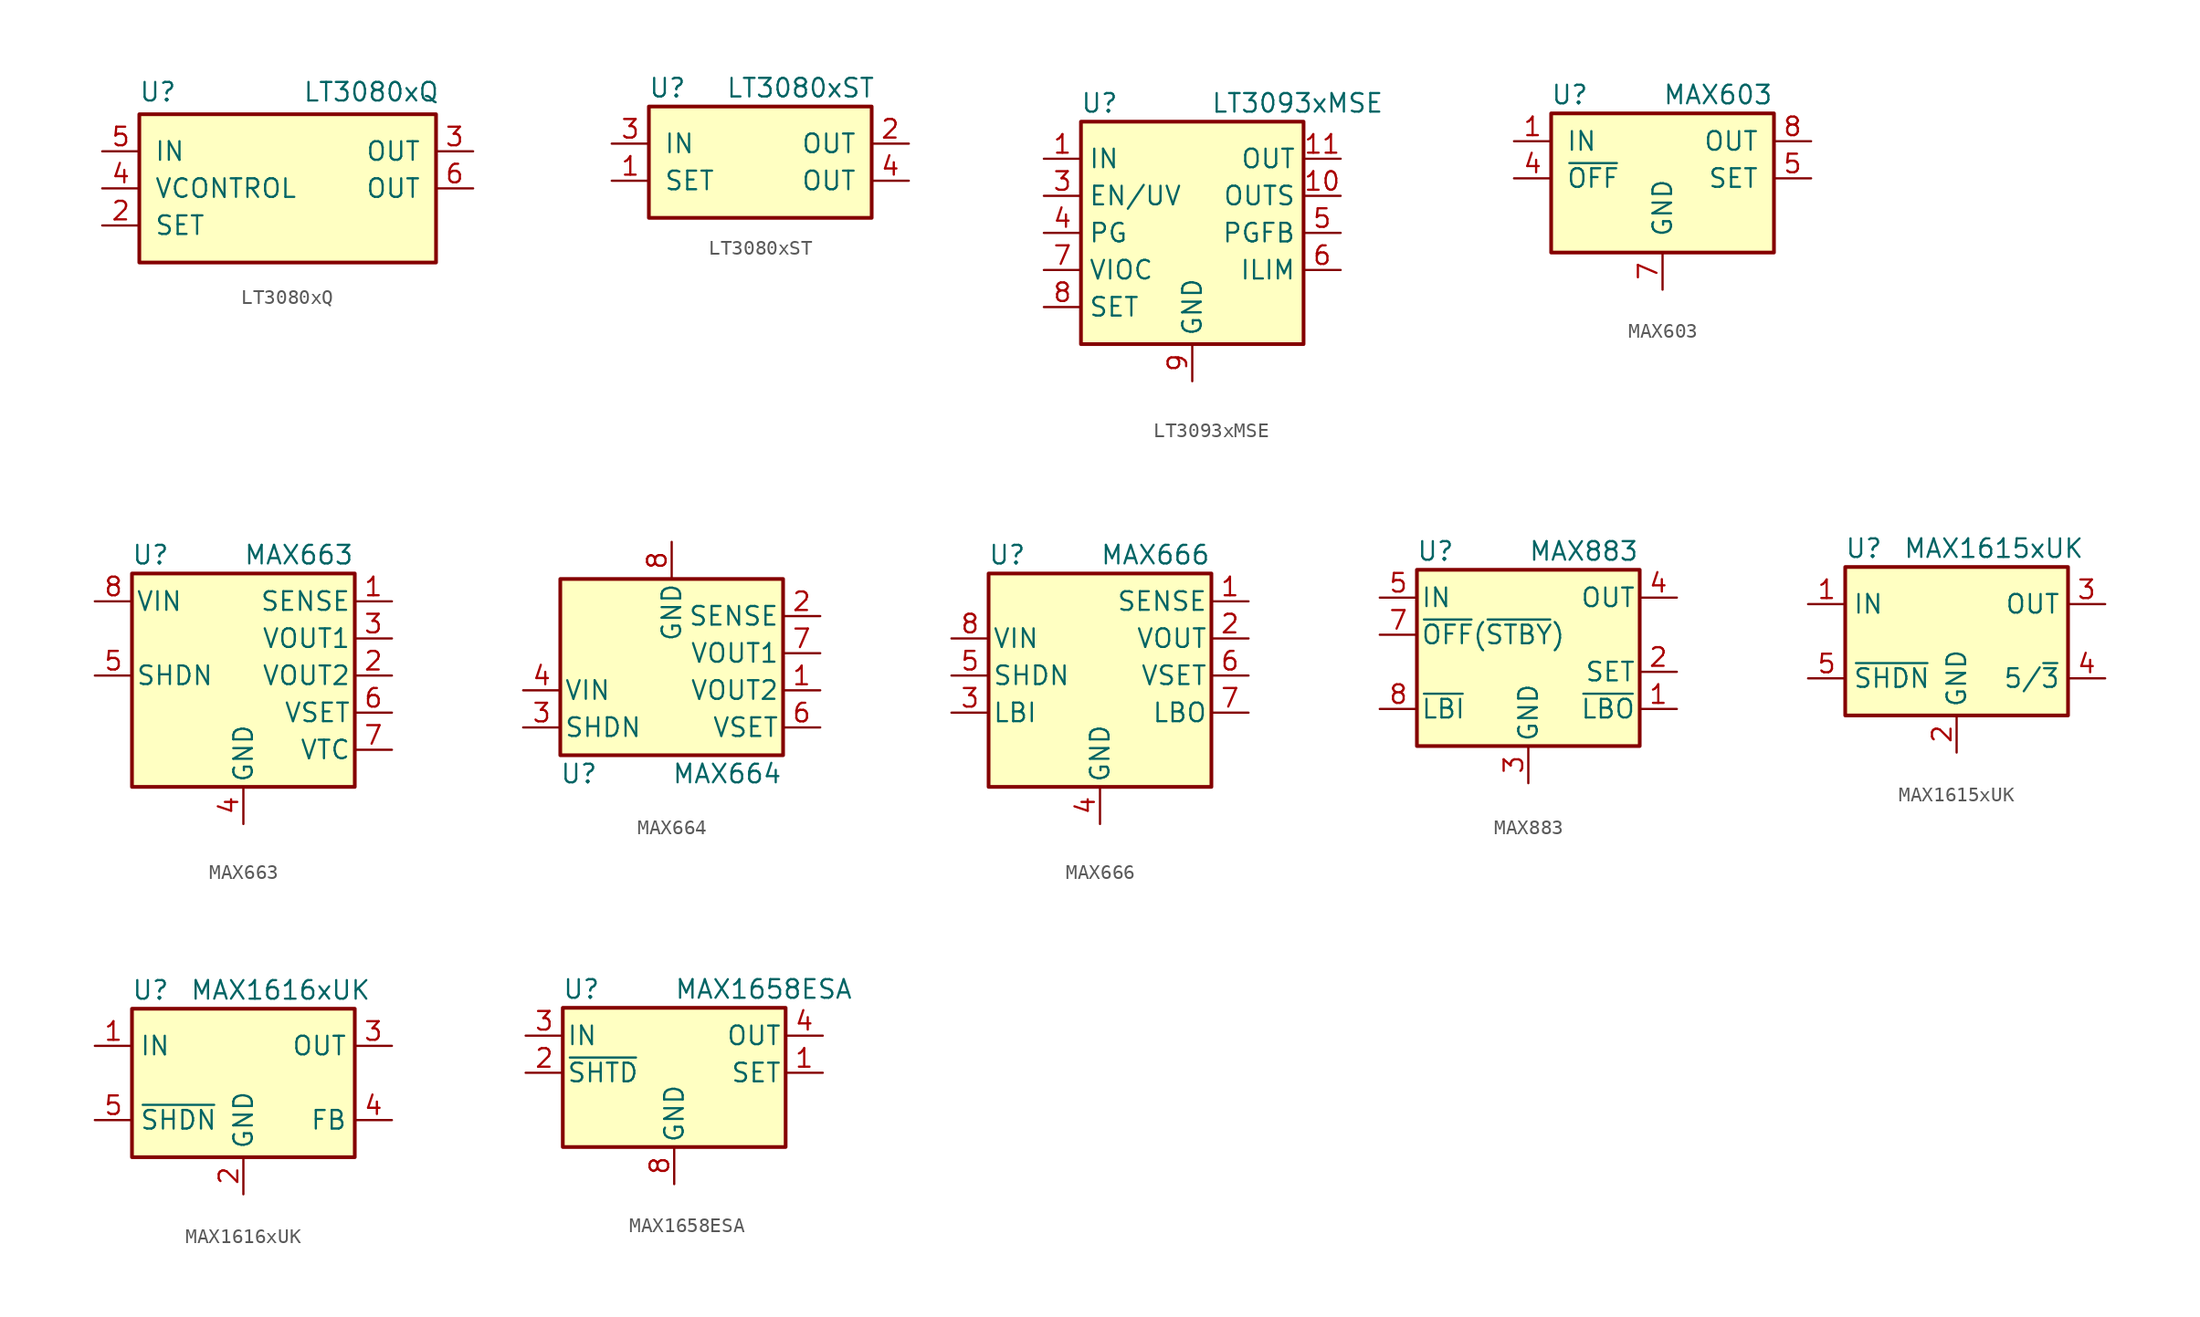
<source format=kicad_sym>
(kicad_symbol_lib
  (version 20211014)
  (generator kicad_symbol_editor)
  (symbol "LT3080xQ"
    (pin_names
      (offset 1.016))
    (property "Reference" "U"
      (at -8.89 6.604 0)
      (effects (font (size 1.27 1.27))))
    (property "Value" "LT3080xQ"
      (at 10.414 6.604 0)
      (effects (font (size 1.27 1.27)) (justify right)))
    (symbol "LT3080xQ_0_1"
      (rectangle (start -10.16 5.08) (end 10.16 -5.08) (stroke (width 0.254) (type default) (color 0 0 0 0)) (fill (type background))))
    (symbol "LT3080xQ_1_1"
      (pin no_connect line (at 10.16 -2.54 180) (length 2.54) hide (name "NC" (effects (font (size 1.27 1.27)))) (number "1" (effects (font (size 1.27 1.27)))))
      (pin input line (at -12.7 -2.54 0) (length 2.54) (name "SET" (effects (font (size 1.27 1.27)))) (number "2" (effects (font (size 1.27 1.27)))))
      (pin power_out line (at 12.7 2.54 180) (length 2.54) (name "OUT" (effects (font (size 1.27 1.27)))) (number "3" (effects (font (size 1.27 1.27)))))
      (pin input line (at -12.7 0 0) (length 2.54) (name "VCONTROL" (effects (font (size 1.27 1.27)))) (number "4" (effects (font (size 1.27 1.27)))))
      (pin power_in line (at -12.7 2.54 0) (length 2.54) (name "IN" (effects (font (size 1.27 1.27)))) (number "5" (effects (font (size 1.27 1.27)))))
      (pin power_out line (at 12.7 0 180) (length 2.54) (name "OUT" (effects (font (size 1.27 1.27)))) (number "6" (effects (font (size 1.27 1.27)))))))
  (symbol "LT3080xST"
    (pin_names
      (offset 1.016))
    (property "Reference" "U"
      (at -6.35 3.81 0)
      (effects (font (size 1.27 1.27))))
    (property "Value" "LT3080xST"
      (at 7.874 3.81 0)
      (effects (font (size 1.27 1.27)) (justify right)))
    (symbol "LT3080xST_0_1"
      (rectangle (start -7.62 2.54) (end 7.62 -5.08) (stroke (width 0.254) (type default) (color 0 0 0 0)) (fill (type background))))
    (symbol "LT3080xST_1_1"
      (pin input line (at -10.16 -2.54 0) (length 2.54) (name "SET" (effects (font (size 1.27 1.27)))) (number "1" (effects (font (size 1.27 1.27)))))
      (pin power_out line (at 10.16 0 180) (length 2.54) (name "OUT" (effects (font (size 1.27 1.27)))) (number "2" (effects (font (size 1.27 1.27)))))
      (pin power_in line (at -10.16 0 0) (length 2.54) (name "IN" (effects (font (size 1.27 1.27)))) (number "3" (effects (font (size 1.27 1.27)))))
      (pin power_out line (at 10.16 -2.54 180) (length 2.54) (name "OUT" (effects (font (size 1.27 1.27)))) (number "4" (effects (font (size 1.27 1.27)))))))
  (symbol "LT3093xMSE"
    (property "Reference" "U"
      (at -6.35 8.89 0)
      (effects (font (size 1.27 1.27))))
    (property "Value" "LT3093xMSE"
      (at 1.27 8.89 0)
      (effects (font (size 1.27 1.27)) (justify left)))
    (symbol "LT3093xMSE_0_0"
      (pin passive line (at 10.16 5.08 180) (length 2.54) hide (name "OUT" (effects (font (size 1.27 1.27)))) (number "12" (effects (font (size 1.27 1.27)))))
      (pin passive line (at -10.16 5.08 0) (length 2.54) hide (name "IN" (effects (font (size 1.27 1.27)))) (number "13" (effects (font (size 1.27 1.27))))))
    (symbol "LT3093xMSE_0_1"
      (rectangle (start 7.62 7.62) (end -7.62 -7.62) (stroke (width 0.254) (type default) (color 0 0 0 0)) (fill (type background))))
    (symbol "LT3093xMSE_1_1"
      (pin power_in line (at -10.16 5.08 0) (length 2.54) (name "IN" (effects (font (size 1.27 1.27)))) (number "1" (effects (font (size 1.27 1.27)))))
      (pin input line (at 10.16 2.54 180) (length 2.54) (name "OUTS" (effects (font (size 1.27 1.27)))) (number "10" (effects (font (size 1.27 1.27)))))
      (pin power_out line (at 10.16 5.08 180) (length 2.54) (name "OUT" (effects (font (size 1.27 1.27)))) (number "11" (effects (font (size 1.27 1.27)))))
      (pin passive line (at -10.16 5.08 0) (length 2.54) hide (name "IN" (effects (font (size 1.27 1.27)))) (number "2" (effects (font (size 1.27 1.27)))))
      (pin input line (at -10.16 2.54 0) (length 2.54) (name "EN/UV" (effects (font (size 1.27 1.27)))) (number "3" (effects (font (size 1.27 1.27)))))
      (pin open_collector line (at -10.16 0 0) (length 2.54) (name "PG" (effects (font (size 1.27 1.27)))) (number "4" (effects (font (size 1.27 1.27)))))
      (pin input line (at 10.16 0 180) (length 2.54) (name "PGFB" (effects (font (size 1.27 1.27)))) (number "5" (effects (font (size 1.27 1.27)))))
      (pin passive line (at 10.16 -2.54 180) (length 2.54) (name "ILIM" (effects (font (size 1.27 1.27)))) (number "6" (effects (font (size 1.27 1.27)))))
      (pin passive line (at -10.16 -2.54 0) (length 2.54) (name "VIOC" (effects (font (size 1.27 1.27)))) (number "7" (effects (font (size 1.27 1.27)))))
      (pin passive line (at -10.16 -5.08 0) (length 2.54) (name "SET" (effects (font (size 1.27 1.27)))) (number "8" (effects (font (size 1.27 1.27)))))
      (pin power_in line (at 0 -10.16 90) (length 2.54) (name "GND" (effects (font (size 1.27 1.27)))) (number "9" (effects (font (size 1.27 1.27)))))))
  (symbol "MAX603"
    (pin_names
      (offset 1.016))
    (property "Reference" "U"
      (at -6.35 5.715 0)
      (effects (font (size 1.27 1.27))))
    (property "Value" "MAX603"
      (at 0 5.715 0)
      (effects (font (size 1.27 1.27)) (justify left)))
    (symbol "MAX603_0_1"
      (rectangle (start -7.62 4.445) (end 7.62 -5.08) (stroke (width 0.254) (type default) (color 0 0 0 0)) (fill (type background))))
    (symbol "MAX603_1_1"
      (pin power_in line (at -10.16 2.54 0) (length 2.54) (name "IN" (effects (font (size 1.27 1.27)))) (number "1" (effects (font (size 1.27 1.27)))))
      (pin passive line (at 0 -7.62 90) (length 2.54) hide (name "GND" (effects (font (size 1.27 1.27)))) (number "2" (effects (font (size 1.27 1.27)))))
      (pin passive line (at 0 -7.62 90) (length 2.54) hide (name "GND" (effects (font (size 1.27 1.27)))) (number "3" (effects (font (size 1.27 1.27)))))
      (pin input line (at -10.16 0 0) (length 2.54) (name "~{OFF}" (effects (font (size 1.27 1.27)))) (number "4" (effects (font (size 1.27 1.27)))))
      (pin passive line (at 10.16 0 180) (length 2.54) (name "SET" (effects (font (size 1.27 1.27)))) (number "5" (effects (font (size 1.27 1.27)))))
      (pin passive line (at 0 -7.62 90) (length 2.54) hide (name "GND" (effects (font (size 1.27 1.27)))) (number "6" (effects (font (size 1.27 1.27)))))
      (pin power_in line (at 0 -7.62 90) (length 2.54) (name "GND" (effects (font (size 1.27 1.27)))) (number "7" (effects (font (size 1.27 1.27)))))
      (pin power_out line (at 10.16 2.54 180) (length 2.54) (name "OUT" (effects (font (size 1.27 1.27)))) (number "8" (effects (font (size 1.27 1.27)))))))
  (symbol "MAX663"
    (pin_names
      (offset 0.254))
    (property "Reference" "U"
      (at -6.35 8.255 0)
      (effects (font (size 1.27 1.27))))
    (property "Value" "MAX663"
      (at 0 8.255 0)
      (effects (font (size 1.27 1.27)) (justify left)))
    (symbol "MAX663_0_1"
      (rectangle (start -7.62 -7.62) (end 7.62 6.985) (stroke (width 0.254) (type default) (color 0 0 0 0)) (fill (type background))))
    (symbol "MAX663_1_1"
      (pin input line (at 10.16 5.08 180) (length 2.54) (name "SENSE" (effects (font (size 1.27 1.27)))) (number "1" (effects (font (size 1.27 1.27)))))
      (pin power_out line (at 10.16 0 180) (length 2.54) (name "VOUT2" (effects (font (size 1.27 1.27)))) (number "2" (effects (font (size 1.27 1.27)))))
      (pin power_out line (at 10.16 2.54 180) (length 2.54) (name "VOUT1" (effects (font (size 1.27 1.27)))) (number "3" (effects (font (size 1.27 1.27)))))
      (pin power_in line (at 0 -10.16 90) (length 2.54) (name "GND" (effects (font (size 1.27 1.27)))) (number "4" (effects (font (size 1.27 1.27)))))
      (pin input line (at -10.16 0 0) (length 2.54) (name "SHDN" (effects (font (size 1.27 1.27)))) (number "5" (effects (font (size 1.27 1.27)))))
      (pin input line (at 10.16 -2.54 180) (length 2.54) (name "VSET" (effects (font (size 1.27 1.27)))) (number "6" (effects (font (size 1.27 1.27)))))
      (pin output line (at 10.16 -5.08 180) (length 2.54) (name "VTC" (effects (font (size 1.27 1.27)))) (number "7" (effects (font (size 1.27 1.27)))))
      (pin power_in line (at -10.16 5.08 0) (length 2.54) (name "VIN" (effects (font (size 1.27 1.27)))) (number "8" (effects (font (size 1.27 1.27)))))))
  (symbol "MAX664"
    (pin_names
      (offset 0.254))
    (property "Reference" "U"
      (at -6.35 -8.255 0)
      (effects (font (size 1.27 1.27))))
    (property "Value" "MAX664"
      (at 0 -8.255 0)
      (effects (font (size 1.27 1.27)) (justify left)))
    (symbol "MAX664_0_1"
      (rectangle (start -7.62 -6.985) (end 7.62 5.08) (stroke (width 0.254) (type default) (color 0 0 0 0)) (fill (type background))))
    (symbol "MAX664_1_1"
      (pin power_out line (at 10.16 -2.54 180) (length 2.54) (name "VOUT2" (effects (font (size 1.27 1.27)))) (number "1" (effects (font (size 1.27 1.27)))))
      (pin input line (at 10.16 2.54 180) (length 2.54) (name "SENSE" (effects (font (size 1.27 1.27)))) (number "2" (effects (font (size 1.27 1.27)))))
      (pin input line (at -10.16 -5.08 0) (length 2.54) (name "SHDN" (effects (font (size 1.27 1.27)))) (number "3" (effects (font (size 1.27 1.27)))))
      (pin power_in line (at -10.16 -2.54 0) (length 2.54) (name "VIN" (effects (font (size 1.27 1.27)))) (number "4" (effects (font (size 1.27 1.27)))))
      (pin input line (at -10.16 -5.08 0) (length 2.54) hide (name "SHDN" (effects (font (size 1.27 1.27)))) (number "5" (effects (font (size 1.27 1.27)))))
      (pin input line (at 10.16 -5.08 180) (length 2.54) (name "VSET" (effects (font (size 1.27 1.27)))) (number "6" (effects (font (size 1.27 1.27)))))
      (pin power_out line (at 10.16 0 180) (length 2.54) (name "VOUT1" (effects (font (size 1.27 1.27)))) (number "7" (effects (font (size 1.27 1.27)))))
      (pin power_in line (at 0 7.62 270) (length 2.54) (name "GND" (effects (font (size 1.27 1.27)))) (number "8" (effects (font (size 1.27 1.27)))))))
  (symbol "MAX666"
    (pin_names
      (offset 0.254))
    (property "Reference" "U"
      (at -6.35 8.255 0)
      (effects (font (size 1.27 1.27))))
    (property "Value" "MAX666"
      (at 0 8.255 0)
      (effects (font (size 1.27 1.27)) (justify left)))
    (symbol "MAX666_0_1"
      (rectangle (start -7.62 -7.62) (end 7.62 6.985) (stroke (width 0.254) (type default) (color 0 0 0 0)) (fill (type background))))
    (symbol "MAX666_1_1"
      (pin input line (at 10.16 5.08 180) (length 2.54) (name "SENSE" (effects (font (size 1.27 1.27)))) (number "1" (effects (font (size 1.27 1.27)))))
      (pin power_out line (at 10.16 2.54 180) (length 2.54) (name "VOUT" (effects (font (size 1.27 1.27)))) (number "2" (effects (font (size 1.27 1.27)))))
      (pin input line (at -10.16 -2.54 0) (length 2.54) (name "LBI" (effects (font (size 1.27 1.27)))) (number "3" (effects (font (size 1.27 1.27)))))
      (pin power_in line (at 0 -10.16 90) (length 2.54) (name "GND" (effects (font (size 1.27 1.27)))) (number "4" (effects (font (size 1.27 1.27)))))
      (pin input line (at -10.16 0 0) (length 2.54) (name "SHDN" (effects (font (size 1.27 1.27)))) (number "5" (effects (font (size 1.27 1.27)))))
      (pin input line (at 10.16 0 180) (length 2.54) (name "VSET" (effects (font (size 1.27 1.27)))) (number "6" (effects (font (size 1.27 1.27)))))
      (pin output line (at 10.16 -2.54 180) (length 2.54) (name "LBO" (effects (font (size 1.27 1.27)))) (number "7" (effects (font (size 1.27 1.27)))))
      (pin power_in line (at -10.16 2.54 0) (length 2.54) (name "VIN" (effects (font (size 1.27 1.27)))) (number "8" (effects (font (size 1.27 1.27)))))))
  (symbol "MAX883"
    (pin_names
      (offset 0.254))
    (property "Reference" "U"
      (at -6.35 8.255 0)
      (effects (font (size 1.27 1.27))))
    (property "Value" "MAX883"
      (at 0 8.255 0)
      (effects (font (size 1.27 1.27)) (justify left)))
    (symbol "MAX883_0_1"
      (rectangle (start -7.62 6.985) (end 7.62 -5.08) (stroke (width 0.254) (type default) (color 0 0 0 0)) (fill (type background))))
    (symbol "MAX883_1_1"
      (pin open_collector line (at 10.16 -2.54 180) (length 2.54) (name "~{LBO}" (effects (font (size 1.27 1.27)))) (number "1" (effects (font (size 1.27 1.27)))))
      (pin passive line (at 10.16 0 180) (length 2.54) (name "SET" (effects (font (size 1.27 1.27)))) (number "2" (effects (font (size 1.27 1.27)))))
      (pin power_in line (at 0 -7.62 90) (length 2.54) (name "GND" (effects (font (size 1.27 1.27)))) (number "3" (effects (font (size 1.27 1.27)))))
      (pin power_out line (at 10.16 5.08 180) (length 2.54) (name "OUT" (effects (font (size 1.27 1.27)))) (number "4" (effects (font (size 1.27 1.27)))))
      (pin power_in line (at -10.16 5.08 0) (length 2.54) (name "IN" (effects (font (size 1.27 1.27)))) (number "5" (effects (font (size 1.27 1.27)))))
      (pin passive line (at 0 -7.62 90) (length 2.54) hide (name "GND" (effects (font (size 1.27 1.27)))) (number "6" (effects (font (size 1.27 1.27)))))
      (pin input line (at -10.16 2.54 0) (length 2.54) (name "~{OFF}(~{STBY})" (effects (font (size 1.27 1.27)))) (number "7" (effects (font (size 1.27 1.27)))))
      (pin input line (at -10.16 -2.54 0) (length 2.54) (name "~{LBI}" (effects (font (size 1.27 1.27)))) (number "8" (effects (font (size 1.27 1.27)))))))
  (symbol "MAX1615xUK"
    (property "Reference" "U"
      (at -6.35 6.35 0)
      (effects (font (size 1.27 1.27))))
    (property "Value" "MAX1615xUK"
      (at 2.54 6.35 0)
      (effects (font (size 1.27 1.27))))
    (symbol "MAX1615xUK_1_1"
      (rectangle (start -7.62 5.08) (end 7.62 -5.08) (stroke (width 0.254) (type default) (color 0 0 0 0)) (fill (type background)))
      (pin power_in line (at -10.16 2.54 0) (length 2.54) (name "IN" (effects (font (size 1.27 1.27)))) (number "1" (effects (font (size 1.27 1.27)))))
      (pin power_in line (at 0 -7.62 90) (length 2.54) (name "GND" (effects (font (size 1.27 1.27)))) (number "2" (effects (font (size 1.27 1.27)))))
      (pin power_out line (at 10.16 2.54 180) (length 2.54) (name "OUT" (effects (font (size 1.27 1.27)))) (number "3" (effects (font (size 1.27 1.27)))))
      (pin input line (at 10.16 -2.54 180) (length 2.54) (name "5/~{3}" (effects (font (size 1.27 1.27)))) (number "4" (effects (font (size 1.27 1.27)))))
      (pin input line (at -10.16 -2.54 0) (length 2.54) (name "~{SHDN}" (effects (font (size 1.27 1.27)))) (number "5" (effects (font (size 1.27 1.27)))))))
  (symbol "MAX1616xUK"
    (property "Reference" "U"
      (at -6.35 6.35 0)
      (effects (font (size 1.27 1.27))))
    (property "Value" "MAX1616xUK"
      (at 2.54 6.35 0)
      (effects (font (size 1.27 1.27))))
    (symbol "MAX1616xUK_1_1"
      (rectangle (start -7.62 5.08) (end 7.62 -5.08) (stroke (width 0.254) (type default) (color 0 0 0 0)) (fill (type background)))
      (pin power_in line (at -10.16 2.54 0) (length 2.54) (name "IN" (effects (font (size 1.27 1.27)))) (number "1" (effects (font (size 1.27 1.27)))))
      (pin power_in line (at 0 -7.62 90) (length 2.54) (name "GND" (effects (font (size 1.27 1.27)))) (number "2" (effects (font (size 1.27 1.27)))))
      (pin power_out line (at 10.16 2.54 180) (length 2.54) (name "OUT" (effects (font (size 1.27 1.27)))) (number "3" (effects (font (size 1.27 1.27)))))
      (pin input line (at 10.16 -2.54 180) (length 2.54) (name "FB" (effects (font (size 1.27 1.27)))) (number "4" (effects (font (size 1.27 1.27)))))
      (pin input line (at -10.16 -2.54 0) (length 2.54) (name "~{SHDN}" (effects (font (size 1.27 1.27)))) (number "5" (effects (font (size 1.27 1.27)))))))
  (symbol "MAX1658ESA"
    (pin_names
      (offset 0.254))
    (property "Reference" "U"
      (at -6.35 5.715 0)
      (effects (font (size 1.27 1.27))))
    (property "Value" "MAX1658ESA"
      (at 0 5.715 0)
      (effects (font (size 1.27 1.27)) (justify left)))
    (symbol "MAX1658ESA_0_1"
      (rectangle (start -7.62 4.445) (end 7.62 -5.08) (stroke (width 0.254) (type default) (color 0 0 0 0)) (fill (type background))))
    (symbol "MAX1658ESA_1_1"
      (pin passive line (at 10.16 0 180) (length 2.54) (name "SET" (effects (font (size 1.27 1.27)))) (number "1" (effects (font (size 1.27 1.27)))))
      (pin input line (at -10.16 0 0) (length 2.54) (name "~{SHTD}" (effects (font (size 1.27 1.27)))) (number "2" (effects (font (size 1.27 1.27)))))
      (pin power_in line (at -10.16 2.54 0) (length 2.54) (name "IN" (effects (font (size 1.27 1.27)))) (number "3" (effects (font (size 1.27 1.27)))))
      (pin power_out line (at 10.16 2.54 180) (length 2.54) (name "OUT" (effects (font (size 1.27 1.27)))) (number "4" (effects (font (size 1.27 1.27)))))
      (pin passive line (at 10.16 2.54 180) (length 2.54) hide (name "OUT" (effects (font (size 1.27 1.27)))) (number "5" (effects (font (size 1.27 1.27)))))
      (pin passive line (at -10.16 2.54 0) (length 2.54) hide (name "IN" (effects (font (size 1.27 1.27)))) (number "6" (effects (font (size 1.27 1.27)))))
      (pin passive line (at -10.16 2.54 0) (length 2.54) hide (name "IN" (effects (font (size 1.27 1.27)))) (number "7" (effects (font (size 1.27 1.27)))))
      (pin power_in line (at 0 -7.62 90) (length 2.54) (name "GND" (effects (font (size 1.27 1.27)))) (number "8" (effects (font (size 1.27 1.27))))))))
</source>
